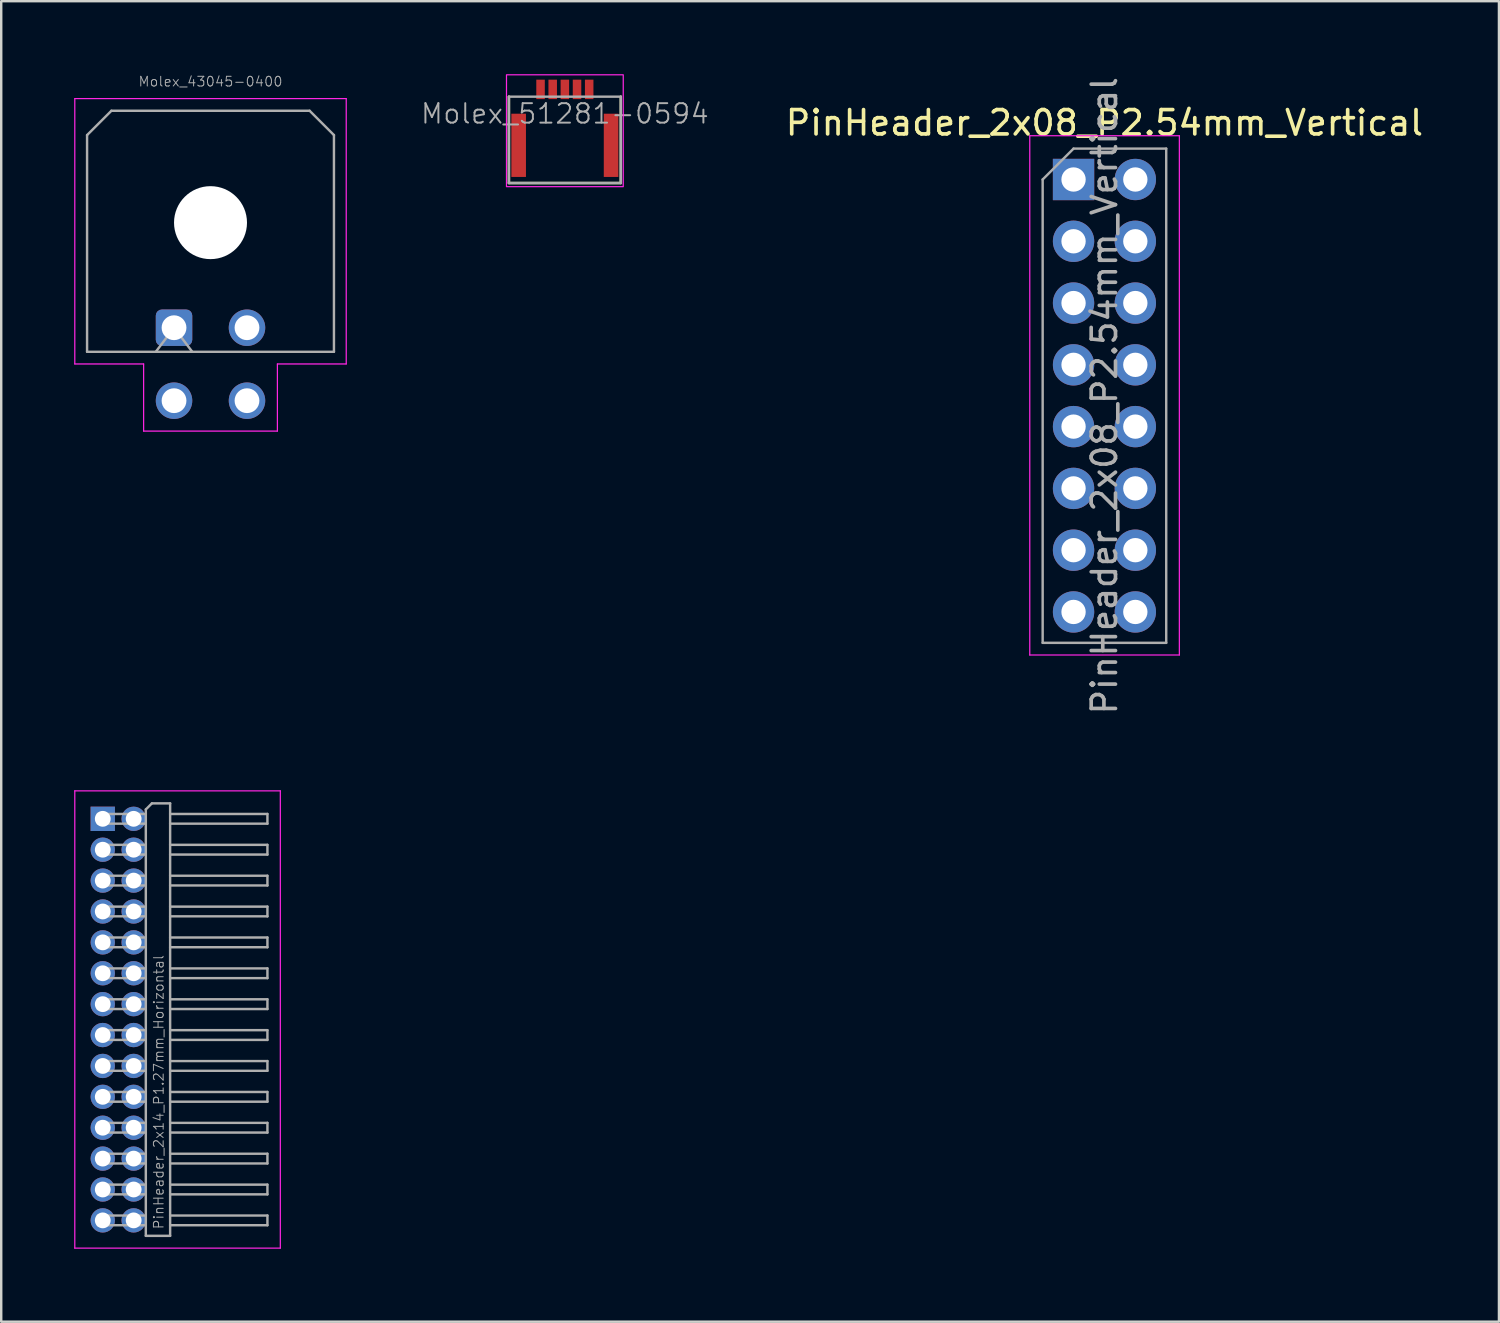
<source format=kicad_pcb>
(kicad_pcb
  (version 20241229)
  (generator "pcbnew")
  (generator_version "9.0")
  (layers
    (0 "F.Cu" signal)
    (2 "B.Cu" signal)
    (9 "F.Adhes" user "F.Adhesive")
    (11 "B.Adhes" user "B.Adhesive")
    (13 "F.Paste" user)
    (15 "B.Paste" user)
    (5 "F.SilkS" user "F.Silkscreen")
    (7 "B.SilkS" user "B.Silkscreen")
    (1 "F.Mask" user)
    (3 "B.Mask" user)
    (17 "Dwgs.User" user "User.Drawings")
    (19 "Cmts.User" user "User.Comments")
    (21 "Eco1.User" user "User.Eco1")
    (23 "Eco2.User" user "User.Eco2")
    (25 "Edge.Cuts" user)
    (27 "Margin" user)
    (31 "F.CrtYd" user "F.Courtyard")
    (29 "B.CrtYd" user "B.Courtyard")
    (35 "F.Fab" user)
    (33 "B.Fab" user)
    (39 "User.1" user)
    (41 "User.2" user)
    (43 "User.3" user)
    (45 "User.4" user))
  (footprint "Molex_51281-0594"
    (layer "F.Cu")
    (at 20.174 0.625)
    (property "Reference" "Molex_51281-0594" (at 0 1 0) (layer "F.Fab") (effects (font (size 0.8 0.8) (thickness 0.08))))
    (attr smd)
    (fp_line (start -2.3 0.3) (end -2.3 3.85) (stroke (width 0.1) (type solid)) (layer "F.SilkS"))
    (fp_line (start -2.3 3.85) (end 2.3 3.85) (stroke (width 0.1) (type solid)) (layer "F.SilkS"))
    (fp_line (start 2.3 3.85) (end 2.3 0.3) (stroke (width 0.1) (type solid)) (layer "F.SilkS"))
    (fp_rect (start -2.4 -0.6) (end 2.4 4) (stroke (width 0.05) (type default)) (fill no) (layer "F.CrtYd"))
    (fp_line (start -2.3 0.3) (end 2.3 0.3) (stroke (width 0.1) (type solid)) (layer "F.Fab"))
    (fp_line (start -2.3 3.85) (end -2.3 0.3) (stroke (width 0.1) (type solid)) (layer "F.Fab"))
    (fp_line (start 2.3 0.3) (end 2.3 3.85) (stroke (width 0.1) (type solid)) (layer "F.Fab"))
    (fp_line (start 2.3 3.85) (end -2.3 3.85) (stroke (width 0.1) (type solid)) (layer "F.Fab"))
    (pad "" smd rect (at -1.9 2.3) (size 0.6 2.6) (layers "F.Cu" "F.Mask" "F.Paste"))
    (pad "" smd rect (at 1.9 2.3) (size 0.6 2.6) (layers "F.Cu" "F.Mask" "F.Paste"))
    (pad "1" smd rect (at -1 0) (size 0.35 0.8) (layers "F.Cu" "F.Mask" "F.Paste"))
    (pad "2" smd rect (at -0.5 0) (size 0.35 0.8) (layers "F.Cu" "F.Mask" "F.Paste"))
    (pad "3" smd rect (at 0 0) (size 0.35 0.8) (layers "F.Cu" "F.Mask" "F.Paste"))
    (pad "4" smd rect (at 0.5 0) (size 0.35 0.8) (layers "F.Cu" "F.Mask" "F.Paste"))
    (pad "5" smd rect (at 1 0) (size 0.35 0.8) (layers "F.Cu" "F.Mask" "F.Paste")))
  (footprint "Molex_43045-0400"
    (layer "F.Cu")
    (at 4.105 10.424)
    (property "Reference" "Molex_43045-0400" (at 1.5 -10.12 180) (layer "F.Fab") (effects (font (size 0.4 0.4) (thickness 0.04))))
    (attr through_hole)
    (fp_line (start -4.08 -9.42) (end 7.08 -9.42) (stroke (width 0.05) (type solid)) (layer "F.CrtYd"))
    (fp_line (start -4.08 1.49) (end -4.08 -9.42) (stroke (width 0.05) (type solid)) (layer "F.CrtYd"))
    (fp_line (start -1.25 1.49) (end -4.08 1.49) (stroke (width 0.05) (type solid)) (layer "F.CrtYd"))
    (fp_line (start -1.25 4.25) (end -1.25 1.49) (stroke (width 0.05) (type solid)) (layer "F.CrtYd"))
    (fp_line (start 4.25 1.49) (end 4.25 4.25) (stroke (width 0.05) (type solid)) (layer "F.CrtYd"))
    (fp_line (start 4.25 4.25) (end -1.25 4.25) (stroke (width 0.05) (type solid)) (layer "F.CrtYd"))
    (fp_line (start 7.08 -9.42) (end 7.08 1.49) (stroke (width 0.05) (type solid)) (layer "F.CrtYd"))
    (fp_line (start 7.08 1.49) (end 4.25 1.49) (stroke (width 0.05) (type solid)) (layer "F.CrtYd"))
    (fp_line (start -3.575 -7.92) (end -2.575 -8.92) (stroke (width 0.1) (type solid)) (layer "F.Fab"))
    (fp_line (start -3.575 0.99) (end -3.575 -7.92) (stroke (width 0.1) (type solid)) (layer "F.Fab"))
    (fp_line (start -2.575 -8.92) (end 5.575 -8.92) (stroke (width 0.1) (type solid)) (layer "F.Fab"))
    (fp_line (start -0.75 0.99) (end 0 0) (stroke (width 0.1) (type solid)) (layer "F.Fab"))
    (fp_line (start 0 0) (end 0.75 0.99) (stroke (width 0.1) (type solid)) (layer "F.Fab"))
    (fp_line (start 5.575 -8.92) (end 6.575 -7.92) (stroke (width 0.1) (type solid)) (layer "F.Fab"))
    (fp_line (start 6.575 -7.92) (end 6.575 0.99) (stroke (width 0.1) (type solid)) (layer "F.Fab"))
    (fp_line (start 6.575 0.99) (end -3.575 0.99) (stroke (width 0.1) (type solid)) (layer "F.Fab"))
    (pad "" np_thru_hole circle (at 1.5 -4.32) (size 3 3) (drill 3) (layers "*.Cu" "*.Mask"))
    (pad "1" thru_hole roundrect (at 0 0) (size 1.5 1.5) (drill 1.02) (layers "*.Cu" "*.Mask") (roundrect_rratio 0.167))
    (pad "2" thru_hole circle (at 3 0) (size 1.5 1.5) (drill 1.02) (layers "*.Cu" "*.Mask"))
    (pad "3" thru_hole circle (at 0 3) (size 1.5 1.5) (drill 1.02) (layers "*.Cu" "*.Mask"))
    (pad "4" thru_hole circle (at 3 3) (size 1.5 1.5) (drill 1.02) (layers "*.Cu" "*.Mask")))
  (footprint "PinHeader_2x14_P1.27mm_Horizontal"
    (layer "F.Cu")
    (at 1.175 30.615)
    (property "Reference" "PinHeader_2x14_P1.27mm_Horizontal" (at 2.3 16.9 90) (layer "F.Fab") (effects (font (size 0.4 0.4) (thickness 0.04)) (justify left)))
    (attr through_hole)
    (fp_line (start -1.15 -1.15) (end -1.15 17.65) (stroke (width 0.05) (type solid)) (layer "F.CrtYd"))
    (fp_line (start -1.15 17.65) (end 7.3 17.65) (stroke (width 0.05) (type solid)) (layer "F.CrtYd"))
    (fp_line (start 7.3 -1.15) (end -1.15 -1.15) (stroke (width 0.05) (type solid)) (layer "F.CrtYd"))
    (fp_line (start 7.3 17.65) (end 7.3 -1.15) (stroke (width 0.05) (type solid)) (layer "F.CrtYd"))
    (fp_line (start -0.2 -0.2) (end -0.2 0.2) (stroke (width 0.1) (type solid)) (layer "F.Fab"))
    (fp_line (start -0.2 -0.2) (end 1.77 -0.2) (stroke (width 0.1) (type solid)) (layer "F.Fab"))
    (fp_line (start -0.2 0.2) (end 1.77 0.2) (stroke (width 0.1) (type solid)) (layer "F.Fab"))
    (fp_line (start -0.2 1.07) (end -0.2 1.47) (stroke (width 0.1) (type solid)) (layer "F.Fab"))
    (fp_line (start -0.2 1.07) (end 1.77 1.07) (stroke (width 0.1) (type solid)) (layer "F.Fab"))
    (fp_line (start -0.2 1.47) (end 1.77 1.47) (stroke (width 0.1) (type solid)) (layer "F.Fab"))
    (fp_line (start -0.2 2.34) (end -0.2 2.74) (stroke (width 0.1) (type solid)) (layer "F.Fab"))
    (fp_line (start -0.2 2.34) (end 1.77 2.34) (stroke (width 0.1) (type solid)) (layer "F.Fab"))
    (fp_line (start -0.2 2.74) (end 1.77 2.74) (stroke (width 0.1) (type solid)) (layer "F.Fab"))
    (fp_line (start -0.2 3.61) (end -0.2 4.01) (stroke (width 0.1) (type solid)) (layer "F.Fab"))
    (fp_line (start -0.2 3.61) (end 1.77 3.61) (stroke (width 0.1) (type solid)) (layer "F.Fab"))
    (fp_line (start -0.2 4.01) (end 1.77 4.01) (stroke (width 0.1) (type solid)) (layer "F.Fab"))
    (fp_line (start -0.2 4.88) (end -0.2 5.28) (stroke (width 0.1) (type solid)) (layer "F.Fab"))
    (fp_line (start -0.2 4.88) (end 1.77 4.88) (stroke (width 0.1) (type solid)) (layer "F.Fab"))
    (fp_line (start -0.2 5.28) (end 1.77 5.28) (stroke (width 0.1) (type solid)) (layer "F.Fab"))
    (fp_line (start -0.2 6.15) (end -0.2 6.55) (stroke (width 0.1) (type solid)) (layer "F.Fab"))
    (fp_line (start -0.2 6.15) (end 1.77 6.15) (stroke (width 0.1) (type solid)) (layer "F.Fab"))
    (fp_line (start -0.2 6.55) (end 1.77 6.55) (stroke (width 0.1) (type solid)) (layer "F.Fab"))
    (fp_line (start -0.2 7.42) (end -0.2 7.82) (stroke (width 0.1) (type solid)) (layer "F.Fab"))
    (fp_line (start -0.2 7.42) (end 1.77 7.42) (stroke (width 0.1) (type solid)) (layer "F.Fab"))
    (fp_line (start -0.2 7.82) (end 1.77 7.82) (stroke (width 0.1) (type solid)) (layer "F.Fab"))
    (fp_line (start -0.2 8.69) (end -0.2 9.09) (stroke (width 0.1) (type solid)) (layer "F.Fab"))
    (fp_line (start -0.2 8.69) (end 1.77 8.69) (stroke (width 0.1) (type solid)) (layer "F.Fab"))
    (fp_line (start -0.2 9.09) (end 1.77 9.09) (stroke (width 0.1) (type solid)) (layer "F.Fab"))
    (fp_line (start -0.2 9.96) (end -0.2 10.36) (stroke (width 0.1) (type solid)) (layer "F.Fab"))
    (fp_line (start -0.2 9.96) (end 1.77 9.96) (stroke (width 0.1) (type solid)) (layer "F.Fab"))
    (fp_line (start -0.2 10.36) (end 1.77 10.36) (stroke (width 0.1) (type solid)) (layer "F.Fab"))
    (fp_line (start -0.2 11.23) (end -0.2 11.63) (stroke (width 0.1) (type solid)) (layer "F.Fab"))
    (fp_line (start -0.2 11.23) (end 1.77 11.23) (stroke (width 0.1) (type solid)) (layer "F.Fab"))
    (fp_line (start -0.2 11.63) (end 1.77 11.63) (stroke (width 0.1) (type solid)) (layer "F.Fab"))
    (fp_line (start -0.2 12.5) (end -0.2 12.9) (stroke (width 0.1) (type solid)) (layer "F.Fab"))
    (fp_line (start -0.2 12.5) (end 1.77 12.5) (stroke (width 0.1) (type solid)) (layer "F.Fab"))
    (fp_line (start -0.2 12.9) (end 1.77 12.9) (stroke (width 0.1) (type solid)) (layer "F.Fab"))
    (fp_line (start -0.2 13.77) (end -0.2 14.17) (stroke (width 0.1) (type solid)) (layer "F.Fab"))
    (fp_line (start -0.2 13.77) (end 1.77 13.77) (stroke (width 0.1) (type solid)) (layer "F.Fab"))
    (fp_line (start -0.2 14.17) (end 1.77 14.17) (stroke (width 0.1) (type solid)) (layer "F.Fab"))
    (fp_line (start -0.2 15.04) (end -0.2 15.44) (stroke (width 0.1) (type solid)) (layer "F.Fab"))
    (fp_line (start -0.2 15.04) (end 1.77 15.04) (stroke (width 0.1) (type solid)) (layer "F.Fab"))
    (fp_line (start -0.2 15.44) (end 1.77 15.44) (stroke (width 0.1) (type solid)) (layer "F.Fab"))
    (fp_line (start -0.2 16.31) (end -0.2 16.71) (stroke (width 0.1) (type solid)) (layer "F.Fab"))
    (fp_line (start -0.2 16.31) (end 1.77 16.31) (stroke (width 0.1) (type solid)) (layer "F.Fab"))
    (fp_line (start -0.2 16.71) (end 1.77 16.71) (stroke (width 0.1) (type solid)) (layer "F.Fab"))
    (fp_line (start 1.77 -0.385) (end 2.02 -0.635) (stroke (width 0.1) (type solid)) (layer "F.Fab"))
    (fp_line (start 1.77 17.145) (end 1.77 -0.385) (stroke (width 0.1) (type solid)) (layer "F.Fab"))
    (fp_line (start 2.02 -0.635) (end 2.77 -0.635) (stroke (width 0.1) (type solid)) (layer "F.Fab"))
    (fp_line (start 2.77 -0.635) (end 2.77 17.145) (stroke (width 0.1) (type solid)) (layer "F.Fab"))
    (fp_line (start 2.77 -0.2) (end 6.77 -0.2) (stroke (width 0.1) (type solid)) (layer "F.Fab"))
    (fp_line (start 2.77 0.2) (end 6.77 0.2) (stroke (width 0.1) (type solid)) (layer "F.Fab"))
    (fp_line (start 2.77 1.07) (end 6.77 1.07) (stroke (width 0.1) (type solid)) (layer "F.Fab"))
    (fp_line (start 2.77 1.47) (end 6.77 1.47) (stroke (width 0.1) (type solid)) (layer "F.Fab"))
    (fp_line (start 2.77 2.34) (end 6.77 2.34) (stroke (width 0.1) (type solid)) (layer "F.Fab"))
    (fp_line (start 2.77 2.74) (end 6.77 2.74) (stroke (width 0.1) (type solid)) (layer "F.Fab"))
    (fp_line (start 2.77 3.61) (end 6.77 3.61) (stroke (width 0.1) (type solid)) (layer "F.Fab"))
    (fp_line (start 2.77 4.01) (end 6.77 4.01) (stroke (width 0.1) (type solid)) (layer "F.Fab"))
    (fp_line (start 2.77 4.88) (end 6.77 4.88) (stroke (width 0.1) (type solid)) (layer "F.Fab"))
    (fp_line (start 2.77 5.28) (end 6.77 5.28) (stroke (width 0.1) (type solid)) (layer "F.Fab"))
    (fp_line (start 2.77 6.15) (end 6.77 6.15) (stroke (width 0.1) (type solid)) (layer "F.Fab"))
    (fp_line (start 2.77 6.55) (end 6.77 6.55) (stroke (width 0.1) (type solid)) (layer "F.Fab"))
    (fp_line (start 2.77 7.42) (end 6.77 7.42) (stroke (width 0.1) (type solid)) (layer "F.Fab"))
    (fp_line (start 2.77 7.82) (end 6.77 7.82) (stroke (width 0.1) (type solid)) (layer "F.Fab"))
    (fp_line (start 2.77 8.69) (end 6.77 8.69) (stroke (width 0.1) (type solid)) (layer "F.Fab"))
    (fp_line (start 2.77 9.09) (end 6.77 9.09) (stroke (width 0.1) (type solid)) (layer "F.Fab"))
    (fp_line (start 2.77 9.96) (end 6.77 9.96) (stroke (width 0.1) (type solid)) (layer "F.Fab"))
    (fp_line (start 2.77 10.36) (end 6.77 10.36) (stroke (width 0.1) (type solid)) (layer "F.Fab"))
    (fp_line (start 2.77 11.23) (end 6.77 11.23) (stroke (width 0.1) (type solid)) (layer "F.Fab"))
    (fp_line (start 2.77 11.63) (end 6.77 11.63) (stroke (width 0.1) (type solid)) (layer "F.Fab"))
    (fp_line (start 2.77 12.5) (end 6.77 12.5) (stroke (width 0.1) (type solid)) (layer "F.Fab"))
    (fp_line (start 2.77 12.9) (end 6.77 12.9) (stroke (width 0.1) (type solid)) (layer "F.Fab"))
    (fp_line (start 2.77 13.77) (end 6.77 13.77) (stroke (width 0.1) (type solid)) (layer "F.Fab"))
    (fp_line (start 2.77 14.17) (end 6.77 14.17) (stroke (width 0.1) (type solid)) (layer "F.Fab"))
    (fp_line (start 2.77 15.04) (end 6.77 15.04) (stroke (width 0.1) (type solid)) (layer "F.Fab"))
    (fp_line (start 2.77 15.44) (end 6.77 15.44) (stroke (width 0.1) (type solid)) (layer "F.Fab"))
    (fp_line (start 2.77 16.31) (end 6.77 16.31) (stroke (width 0.1) (type solid)) (layer "F.Fab"))
    (fp_line (start 2.77 16.71) (end 6.77 16.71) (stroke (width 0.1) (type solid)) (layer "F.Fab"))
    (fp_line (start 2.77 17.145) (end 1.77 17.145) (stroke (width 0.1) (type solid)) (layer "F.Fab"))
    (fp_line (start 6.77 -0.2) (end 6.77 0.2) (stroke (width 0.1) (type solid)) (layer "F.Fab"))
    (fp_line (start 6.77 1.07) (end 6.77 1.47) (stroke (width 0.1) (type solid)) (layer "F.Fab"))
    (fp_line (start 6.77 2.34) (end 6.77 2.74) (stroke (width 0.1) (type solid)) (layer "F.Fab"))
    (fp_line (start 6.77 3.61) (end 6.77 4.01) (stroke (width 0.1) (type solid)) (layer "F.Fab"))
    (fp_line (start 6.77 4.88) (end 6.77 5.28) (stroke (width 0.1) (type solid)) (layer "F.Fab"))
    (fp_line (start 6.77 6.15) (end 6.77 6.55) (stroke (width 0.1) (type solid)) (layer "F.Fab"))
    (fp_line (start 6.77 7.42) (end 6.77 7.82) (stroke (width 0.1) (type solid)) (layer "F.Fab"))
    (fp_line (start 6.77 8.69) (end 6.77 9.09) (stroke (width 0.1) (type solid)) (layer "F.Fab"))
    (fp_line (start 6.77 9.96) (end 6.77 10.36) (stroke (width 0.1) (type solid)) (layer "F.Fab"))
    (fp_line (start 6.77 11.23) (end 6.77 11.63) (stroke (width 0.1) (type solid)) (layer "F.Fab"))
    (fp_line (start 6.77 12.5) (end 6.77 12.9) (stroke (width 0.1) (type solid)) (layer "F.Fab"))
    (fp_line (start 6.77 13.77) (end 6.77 14.17) (stroke (width 0.1) (type solid)) (layer "F.Fab"))
    (fp_line (start 6.77 15.04) (end 6.77 15.44) (stroke (width 0.1) (type solid)) (layer "F.Fab"))
    (fp_line (start 6.77 16.31) (end 6.77 16.71) (stroke (width 0.1) (type solid)) (layer "F.Fab"))
    (pad "1" thru_hole rect (at 0 0) (size 1 1) (drill 0.65) (layers "*.Cu" "*.Mask"))
    (pad "2" thru_hole oval (at 1.27 0) (size 1 1) (drill 0.65) (layers "*.Cu" "*.Mask"))
    (pad "3" thru_hole oval (at 0 1.27) (size 1 1) (drill 0.65) (layers "*.Cu" "*.Mask"))
    (pad "4" thru_hole oval (at 1.27 1.27) (size 1 1) (drill 0.65) (layers "*.Cu" "*.Mask"))
    (pad "5" thru_hole oval (at 0 2.54) (size 1 1) (drill 0.65) (layers "*.Cu" "*.Mask"))
    (pad "6" thru_hole oval (at 1.27 2.54) (size 1 1) (drill 0.65) (layers "*.Cu" "*.Mask"))
    (pad "7" thru_hole oval (at 0 3.81) (size 1 1) (drill 0.65) (layers "*.Cu" "*.Mask"))
    (pad "8" thru_hole oval (at 1.27 3.81) (size 1 1) (drill 0.65) (layers "*.Cu" "*.Mask"))
    (pad "9" thru_hole oval (at 0 5.08) (size 1 1) (drill 0.65) (layers "*.Cu" "*.Mask"))
    (pad "10" thru_hole oval (at 1.27 5.08) (size 1 1) (drill 0.65) (layers "*.Cu" "*.Mask"))
    (pad "11" thru_hole oval (at 0 6.35) (size 1 1) (drill 0.65) (layers "*.Cu" "*.Mask"))
    (pad "12" thru_hole oval (at 1.27 6.35) (size 1 1) (drill 0.65) (layers "*.Cu" "*.Mask"))
    (pad "13" thru_hole oval (at 0 7.62) (size 1 1) (drill 0.65) (layers "*.Cu" "*.Mask"))
    (pad "14" thru_hole oval (at 1.27 7.62) (size 1 1) (drill 0.65) (layers "*.Cu" "*.Mask"))
    (pad "15" thru_hole oval (at 0 8.89) (size 1 1) (drill 0.65) (layers "*.Cu" "*.Mask"))
    (pad "16" thru_hole oval (at 1.27 8.89) (size 1 1) (drill 0.65) (layers "*.Cu" "*.Mask"))
    (pad "17" thru_hole oval (at 0 10.16) (size 1 1) (drill 0.65) (layers "*.Cu" "*.Mask"))
    (pad "18" thru_hole oval (at 1.27 10.16) (size 1 1) (drill 0.65) (layers "*.Cu" "*.Mask"))
    (pad "19" thru_hole oval (at 0 11.43) (size 1 1) (drill 0.65) (layers "*.Cu" "*.Mask"))
    (pad "20" thru_hole oval (at 1.27 11.43) (size 1 1) (drill 0.65) (layers "*.Cu" "*.Mask"))
    (pad "21" thru_hole oval (at 0 12.7) (size 1 1) (drill 0.65) (layers "*.Cu" "*.Mask"))
    (pad "22" thru_hole oval (at 1.27 12.7) (size 1 1) (drill 0.65) (layers "*.Cu" "*.Mask"))
    (pad "23" thru_hole oval (at 0 13.97) (size 1 1) (drill 0.65) (layers "*.Cu" "*.Mask"))
    (pad "24" thru_hole oval (at 1.27 13.97) (size 1 1) (drill 0.65) (layers "*.Cu" "*.Mask"))
    (pad "25" thru_hole oval (at 0 15.24) (size 1 1) (drill 0.65) (layers "*.Cu" "*.Mask"))
    (pad "26" thru_hole oval (at 1.27 15.24) (size 1 1) (drill 0.65) (layers "*.Cu" "*.Mask"))
    (pad "27" thru_hole oval (at 0 16.51) (size 1 1) (drill 0.65) (layers "*.Cu" "*.Mask"))
    (pad "28" thru_hole oval (at 1.27 16.51) (size 1 1) (drill 0.65) (layers "*.Cu" "*.Mask")))
  (footprint "PinHeader_2x08_P2.54mm_Vertical"
    (layer "F.Cu")
    (at 41.088 4.33)
    (property "Reference" "PinHeader_2x08_P2.54mm_Vertical" (at 1.27 -2.33 0) (layer "F.SilkS") (effects (font (size 1 1) (thickness 0.15))))
    (attr through_hole)
    (fp_line (start -1.8 -1.8) (end -1.8 19.55) (stroke (width 0.05) (type solid)) (layer "F.CrtYd"))
    (fp_line (start -1.8 19.55) (end 4.35 19.55) (stroke (width 0.05) (type solid)) (layer "F.CrtYd"))
    (fp_line (start 4.35 -1.8) (end -1.8 -1.8) (stroke (width 0.05) (type solid)) (layer "F.CrtYd"))
    (fp_line (start 4.35 19.55) (end 4.35 -1.8) (stroke (width 0.05) (type solid)) (layer "F.CrtYd"))
    (fp_line (start -1.27 0) (end 0 -1.27) (stroke (width 0.1) (type solid)) (layer "F.Fab"))
    (fp_line (start -1.27 19.05) (end -1.27 0) (stroke (width 0.1) (type solid)) (layer "F.Fab"))
    (fp_line (start 0 -1.27) (end 3.81 -1.27) (stroke (width 0.1) (type solid)) (layer "F.Fab"))
    (fp_line (start 3.81 -1.27) (end 3.81 19.05) (stroke (width 0.1) (type solid)) (layer "F.Fab"))
    (fp_line (start 3.81 19.05) (end -1.27 19.05) (stroke (width 0.1) (type solid)) (layer "F.Fab"))
    (fp_text user "${REFERENCE}" (at 1.27 8.89 90) (layer "F.Fab") (effects (font (size 1 1) (thickness 0.15))))
    (pad "1" thru_hole rect (at 0 0) (size 1.7 1.7) (drill 1) (layers "*.Cu" "*.Mask"))
    (pad "2" thru_hole oval (at 2.54 0) (size 1.7 1.7) (drill 1) (layers "*.Cu" "*.Mask"))
    (pad "3" thru_hole oval (at 0 2.54) (size 1.7 1.7) (drill 1) (layers "*.Cu" "*.Mask"))
    (pad "4" thru_hole oval (at 2.54 2.54) (size 1.7 1.7) (drill 1) (layers "*.Cu" "*.Mask"))
    (pad "5" thru_hole oval (at 0 5.08) (size 1.7 1.7) (drill 1) (layers "*.Cu" "*.Mask"))
    (pad "6" thru_hole oval (at 2.54 5.08) (size 1.7 1.7) (drill 1) (layers "*.Cu" "*.Mask"))
    (pad "7" thru_hole oval (at 0 7.62) (size 1.7 1.7) (drill 1) (layers "*.Cu" "*.Mask"))
    (pad "8" thru_hole oval (at 2.54 7.62) (size 1.7 1.7) (drill 1) (layers "*.Cu" "*.Mask"))
    (pad "9" thru_hole oval (at 0 10.16) (size 1.7 1.7) (drill 1) (layers "*.Cu" "*.Mask"))
    (pad "10" thru_hole oval (at 2.54 10.16) (size 1.7 1.7) (drill 1) (layers "*.Cu" "*.Mask"))
    (pad "11" thru_hole oval (at 0 12.7) (size 1.7 1.7) (drill 1) (layers "*.Cu" "*.Mask"))
    (pad "12" thru_hole oval (at 2.54 12.7) (size 1.7 1.7) (drill 1) (layers "*.Cu" "*.Mask"))
    (pad "13" thru_hole oval (at 0 15.24) (size 1.7 1.7) (drill 1) (layers "*.Cu" "*.Mask"))
    (pad "14" thru_hole oval (at 2.54 15.24) (size 1.7 1.7) (drill 1) (layers "*.Cu" "*.Mask"))
    (pad "15" thru_hole oval (at 0 17.78) (size 1.7 1.7) (drill 1) (layers "*.Cu" "*.Mask"))
    (pad "16" thru_hole oval (at 2.54 17.78) (size 1.7 1.7) (drill 1) (layers "*.Cu" "*.Mask")))
  (gr_rect
    (start -3 -3)
    (end 58.578 51.29)
    (stroke (width 0.1) (type default))
    (fill no)
    (layer "Edge.Cuts")))
</source>
